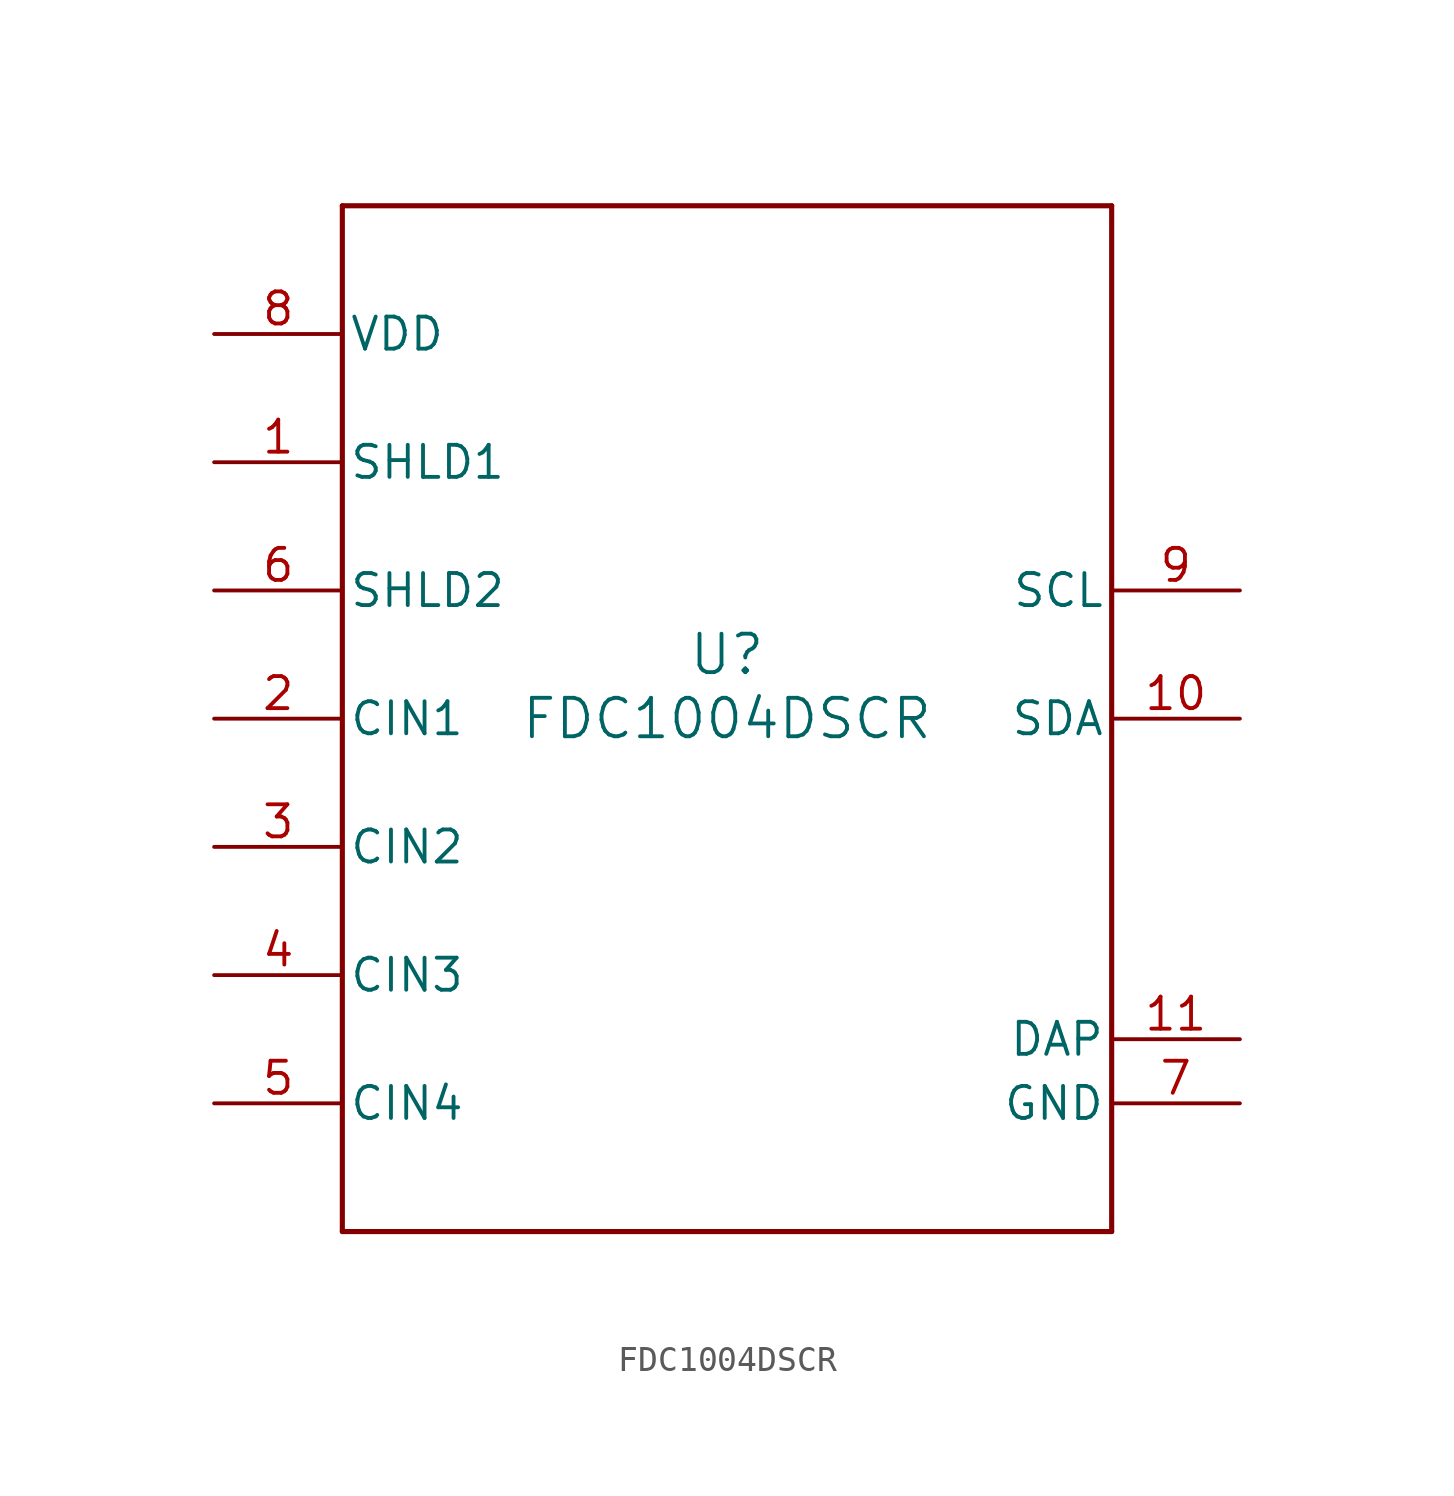
<source format=kicad_sym>
(kicad_symbol_lib
  (version 20211014)
  (generator kicad_symbol_editor)
  (symbol "FDC1004DSCR"
    (pin_names
      (offset 0.254))
    (property "Reference" "U"
      (at 0 2.54 0)
      (effects (font (size 1.524 1.524))))
    (property "Value" "FDC1004DSCR"
      (at 0 0 0)
      (effects (font (size 1.524 1.524))))
    (symbol "FDC1004DSCR_0_1"
      (polyline (pts (xy -15.24 -20.32) (xy 15.24 -20.32)) (stroke (width 0.203) (type default) (color 0 0 0 0)) (fill (type none)))
      (polyline (pts (xy 15.24 -20.32) (xy 15.24 20.32)) (stroke (width 0.203) (type default) (color 0 0 0 0)) (fill (type none)))
      (polyline (pts (xy 15.24 20.32) (xy -15.24 20.32)) (stroke (width 0.203) (type default) (color 0 0 0 0)) (fill (type none)))
      (polyline (pts (xy -15.24 20.32) (xy -15.24 -20.32)) (stroke (width 0.203) (type default) (color 0 0 0 0)) (fill (type none)))
      (pin output line (at -20.32 10.16 0) (length 5.08) (name "SHLD1" (effects (font (size 1.27 1.27)))) (number "1" (effects (font (size 1.27 1.27)))))
      (pin input line (at -20.32 0 0) (length 5.08) (name "CIN1" (effects (font (size 1.27 1.27)))) (number "2" (effects (font (size 1.27 1.27)))))
      (pin input line (at -20.32 -5.08 0) (length 5.08) (name "CIN2" (effects (font (size 1.27 1.27)))) (number "3" (effects (font (size 1.27 1.27)))))
      (pin input line (at -20.32 -10.16 0) (length 5.08) (name "CIN3" (effects (font (size 1.27 1.27)))) (number "4" (effects (font (size 1.27 1.27)))))
      (pin input line (at -20.32 -15.24 0) (length 5.08) (name "CIN4" (effects (font (size 1.27 1.27)))) (number "5" (effects (font (size 1.27 1.27)))))
      (pin output line (at -20.32 5.08 0) (length 5.08) (name "SHLD2" (effects (font (size 1.27 1.27)))) (number "6" (effects (font (size 1.27 1.27)))))
      (pin power_in line (at 20.32 -15.24 180) (length 5.08) (name "GND" (effects (font (size 1.27 1.27)))) (number "7" (effects (font (size 1.27 1.27)))))
      (pin power_in line (at -20.32 15.24 0) (length 5.08) (name "VDD" (effects (font (size 1.27 1.27)))) (number "8" (effects (font (size 1.27 1.27)))))
      (pin input line (at 20.32 5.08 180) (length 5.08) (name "SCL" (effects (font (size 1.27 1.27)))) (number "9" (effects (font (size 1.27 1.27)))))
      (pin bidirectional line (at 20.32 0 180) (length 5.08) (name "SDA" (effects (font (size 1.27 1.27)))) (number "10" (effects (font (size 1.27 1.27)))))
      (pin unspecified line (at 20.32 -12.7 180) (length 5.08) (name "DAP" (effects (font (size 1.27 1.27)))) (number "11" (effects (font (size 1.27 1.27))))))))
</source>
